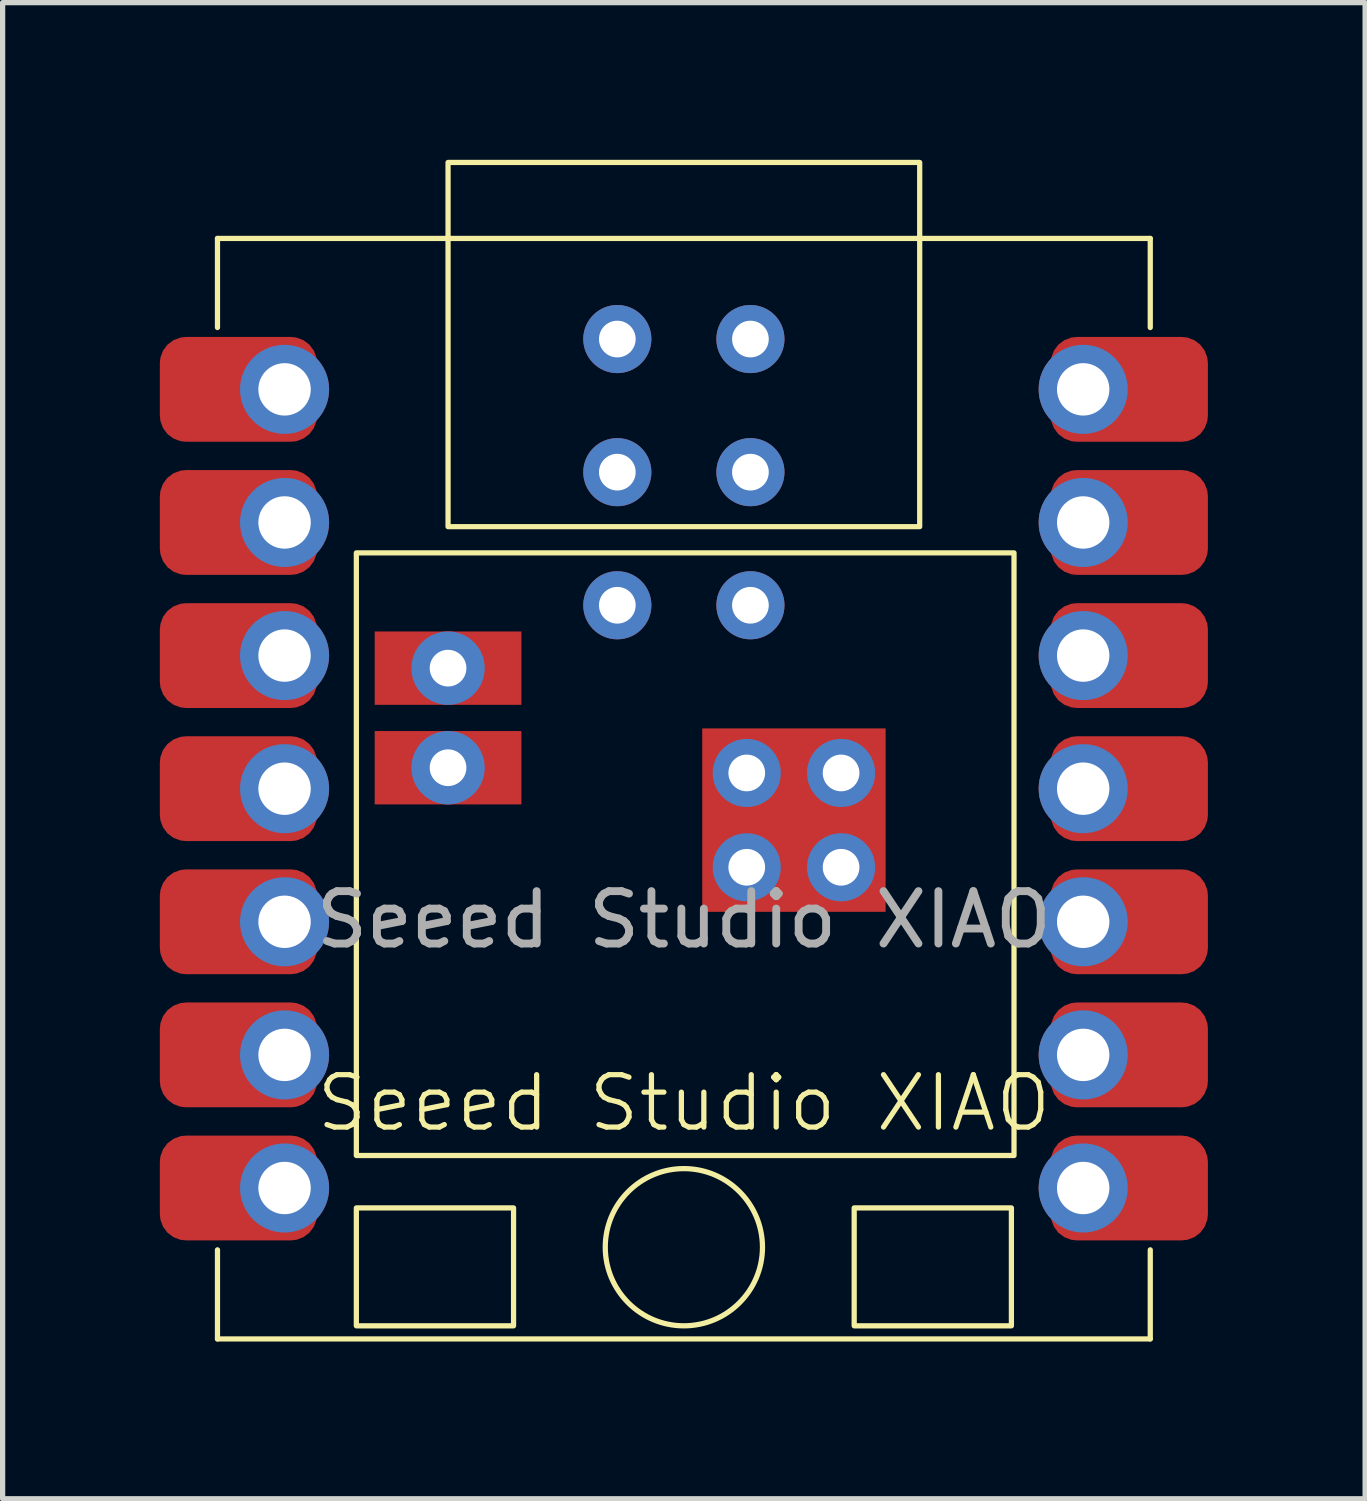
<source format=kicad_pcb>
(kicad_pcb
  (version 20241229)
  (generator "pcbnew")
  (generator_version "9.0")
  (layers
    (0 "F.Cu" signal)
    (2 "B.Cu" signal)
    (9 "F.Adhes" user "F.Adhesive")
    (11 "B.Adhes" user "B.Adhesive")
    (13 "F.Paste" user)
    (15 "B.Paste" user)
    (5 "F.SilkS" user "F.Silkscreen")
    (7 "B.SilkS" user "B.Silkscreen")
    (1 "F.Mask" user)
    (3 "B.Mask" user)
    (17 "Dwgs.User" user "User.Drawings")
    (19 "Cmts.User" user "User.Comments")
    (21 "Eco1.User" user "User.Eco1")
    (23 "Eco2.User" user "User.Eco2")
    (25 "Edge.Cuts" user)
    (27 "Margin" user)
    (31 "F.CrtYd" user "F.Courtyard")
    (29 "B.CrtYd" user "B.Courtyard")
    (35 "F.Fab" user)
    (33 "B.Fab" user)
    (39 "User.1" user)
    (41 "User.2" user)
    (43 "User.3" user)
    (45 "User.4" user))
  (footprint "Seeed Studio XIAO"
    (layer "F.Cu")
    (at 10 12)
    (property "Reference" "Seeed Studio XIAO" (at 0 6 0) (unlocked yes) (layer "F.SilkS") (effects (font (size 1 1) (thickness 0.1))))
    (attr smd)
    (fp_line (start -8.9 -10.5) (end -8.9 -8.8) (stroke (width 0.1) (type default)) (layer "F.SilkS"))
    (fp_line (start -8.9 10.5) (end -8.9 8.8) (stroke (width 0.1) (type default)) (layer "F.SilkS"))
    (fp_line (start -8.9 10.5) (end 8.9 10.5) (stroke (width 0.1) (type default)) (layer "F.SilkS"))
    (fp_line (start 8.9 -10.5) (end -8.9 -10.5) (stroke (width 0.1) (type default)) (layer "F.SilkS"))
    (fp_line (start 8.9 -10.5) (end 8.9 -8.8) (stroke (width 0.1) (type default)) (layer "F.SilkS"))
    (fp_line (start 8.9 10.5) (end 8.9 8.8) (stroke (width 0.1) (type default)) (layer "F.SilkS"))
    (fp_rect (start -6.25 -4.5) (end 6.3 7) (stroke (width 0.1) (type default)) (fill no) (layer "F.SilkS"))
    (fp_rect (start -6.25 8) (end -3.25 10.25) (stroke (width 0.1) (type default)) (fill no) (layer "F.SilkS"))
    (fp_rect (start -4.5 -5) (end 4.5 -11.95) (stroke (width 0.1) (type default)) (fill no) (layer "F.SilkS"))
    (fp_rect (start 3.25 8) (end 6.25 10.25) (stroke (width 0.1) (type default)) (fill no) (layer "F.SilkS"))
    (fp_circle (center 0 8.75) (end 1.5 8.75) (stroke (width 0.1) (type default)) (fill no) (layer "F.SilkS"))
    (fp_text user "${REFERENCE}" (at 0 2.5 0) (unlocked yes) (layer "F.Fab") (effects (font (size 1 1) (thickness 0.15))))
    (pad "1" smd roundrect (at -8.5 -7.62) (size 3 2) (layers "F.Cu" "F.Mask" "F.Paste") (roundrect_rratio 0.25))
    (pad "1" thru_hole circle (at -7.62 -7.62) (size 1.7 1.7) (drill 1) (layers "*.Cu" "*.Mask"))
    (pad "2" smd roundrect (at -8.5 -5.08) (size 3 2) (layers "F.Cu" "F.Mask" "F.Paste") (roundrect_rratio 0.25))
    (pad "2" thru_hole circle (at -7.62 -5.08) (size 1.7 1.7) (drill 1) (layers "*.Cu" "*.Mask"))
    (pad "3" smd roundrect (at -8.5 -2.54) (size 3 2) (layers "F.Cu" "F.Mask" "F.Paste") (roundrect_rratio 0.25))
    (pad "3" thru_hole circle (at -7.62 -2.54) (size 1.7 1.7) (drill 1) (layers "*.Cu" "*.Mask"))
    (pad "4" smd roundrect (at -8.5 0) (size 3 2) (layers "F.Cu" "F.Mask" "F.Paste") (roundrect_rratio 0.25))
    (pad "4" thru_hole circle (at -7.62 0) (size 1.7 1.7) (drill 1) (layers "*.Cu" "*.Mask"))
    (pad "5" smd roundrect (at -8.5 2.54) (size 3 2) (layers "F.Cu" "F.Mask" "F.Paste") (roundrect_rratio 0.25))
    (pad "5" thru_hole circle (at -7.62 2.54) (size 1.7 1.7) (drill 1) (layers "*.Cu" "*.Mask"))
    (pad "6" smd roundrect (at -8.5 5.08) (size 3 2) (layers "F.Cu" "F.Mask" "F.Paste") (roundrect_rratio 0.25))
    (pad "6" thru_hole circle (at -7.62 5.08) (size 1.7 1.7) (drill 1) (layers "*.Cu" "*.Mask"))
    (pad "7" smd roundrect (at -8.5 7.62) (size 3 2) (layers "F.Cu" "F.Mask" "F.Paste") (roundrect_rratio 0.25))
    (pad "7" thru_hole circle (at -7.62 7.62) (size 1.7 1.7) (drill 1) (layers "*.Cu" "*.Mask"))
    (pad "8" thru_hole circle (at 7.62 7.62) (size 1.7 1.7) (drill 1) (layers "*.Cu" "*.Mask"))
    (pad "8" smd roundrect (at 8.5 7.62) (size 3 2) (layers "F.Cu" "F.Mask" "F.Paste") (roundrect_rratio 0.25))
    (pad "9" thru_hole circle (at 7.62 5.08) (size 1.7 1.7) (drill 1) (layers "*.Cu" "*.Mask"))
    (pad "9" smd roundrect (at 8.5 5.08) (size 3 2) (layers "F.Cu" "F.Mask" "F.Paste") (roundrect_rratio 0.25))
    (pad "10" thru_hole circle (at 7.62 2.54) (size 1.7 1.7) (drill 1) (layers "*.Cu" "*.Mask"))
    (pad "10" smd roundrect (at 8.5 2.54) (size 3 2) (layers "F.Cu" "F.Mask" "F.Paste") (roundrect_rratio 0.25))
    (pad "11" thru_hole circle (at 7.62 0) (size 1.7 1.7) (drill 1) (layers "*.Cu" "*.Mask"))
    (pad "11" smd roundrect (at 8.5 0) (size 3 2) (layers "F.Cu" "F.Mask" "F.Paste") (roundrect_rratio 0.25))
    (pad "12" thru_hole circle (at 7.62 -2.54) (size 1.7 1.7) (drill 1) (layers "*.Cu" "*.Mask"))
    (pad "12" smd roundrect (at 8.5 -2.54) (size 3 2) (layers "F.Cu" "F.Mask" "F.Paste") (roundrect_rratio 0.25))
    (pad "13" thru_hole circle (at 7.62 -5.08) (size 1.7 1.7) (drill 1) (layers "*.Cu" "*.Mask"))
    (pad "13" smd roundrect (at 8.5 -5.08) (size 3 2) (layers "F.Cu" "F.Mask" "F.Paste") (roundrect_rratio 0.25))
    (pad "14" thru_hole circle (at 7.62 -7.62) (size 1.7 1.7) (drill 1) (layers "*.Cu" "*.Mask"))
    (pad "14" smd roundrect (at 8.5 -7.62) (size 3 2) (layers "F.Cu" "F.Mask" "F.Paste") (roundrect_rratio 0.25))
    (pad "15" thru_hole circle (at -1.27 -8.58) (size 1.3 1.3) (drill 0.7) (layers "*.Cu" "*.Mask"))
    (pad "16" thru_hole circle (at -1.27 -6.04) (size 1.3 1.3) (drill 0.7) (layers "*.Cu" "*.Mask"))
    (pad "17" thru_hole circle (at -1.27 -3.5) (size 1.3 1.3) (drill 0.7) (layers "*.Cu" "*.Mask"))
    (pad "18" thru_hole circle (at 1.27 -3.5) (size 1.3 1.3) (drill 0.7) (layers "*.Cu" "*.Mask"))
    (pad "19" thru_hole circle (at 1.27 -6.04) (size 1.3 1.3) (drill 0.7) (layers "*.Cu" "*.Mask"))
    (pad "20" thru_hole circle (at 1.27 -8.58) (size 1.3 1.3) (drill 0.7) (layers "*.Cu" "*.Mask"))
    (pad "21" thru_hole circle (at -4.5 -2.3) (size 1.4 1.4) (drill 0.7) (layers "*.Cu" "*.Mask"))
    (pad "21" smd rect (at -4.5 -2.3) (size 2.8 1.4) (layers "F.Cu" "F.Mask" "F.Paste"))
    (pad "22" thru_hole circle (at -4.5 -0.4) (size 1.4 1.4) (drill 0.7) (layers "*.Cu" "*.Mask"))
    (pad "22" smd rect (at -4.5 -0.4) (size 2.8 1.4) (layers "F.Cu" "F.Mask" "F.Paste"))
    (pad "23" thru_hole circle (at 1.2 -0.3) (size 1.3 1.3) (drill 0.7) (layers "*.Cu" "*.Mask"))
    (pad "23" thru_hole circle (at 1.2 1.5) (size 1.3 1.3) (drill 0.7) (layers "*.Cu" "*.Mask"))
    (pad "23" smd rect (at 2.1 0.6) (size 3.5 3.5) (layers "F.Cu" "F.Mask" "F.Paste"))
    (pad "23" thru_hole circle (at 3 -0.3) (size 1.3 1.3) (drill 0.7) (layers "*.Cu" "*.Mask"))
    (pad "23" thru_hole circle (at 3 1.5) (size 1.3 1.3) (drill 0.7) (layers "*.Cu" "*.Mask")))
  (gr_rect
    (start -3 -3)
    (end 23 25.55)
    (stroke (width 0.1) (type default))
    (fill no)
    (layer "Edge.Cuts")))
</source>
